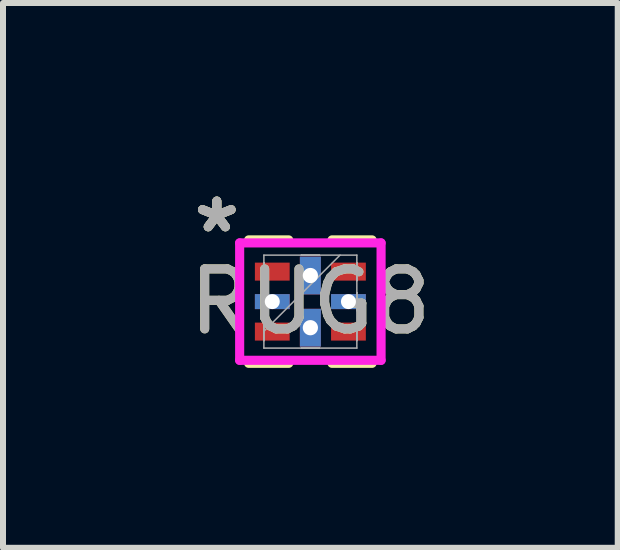
<source format=kicad_pcb>
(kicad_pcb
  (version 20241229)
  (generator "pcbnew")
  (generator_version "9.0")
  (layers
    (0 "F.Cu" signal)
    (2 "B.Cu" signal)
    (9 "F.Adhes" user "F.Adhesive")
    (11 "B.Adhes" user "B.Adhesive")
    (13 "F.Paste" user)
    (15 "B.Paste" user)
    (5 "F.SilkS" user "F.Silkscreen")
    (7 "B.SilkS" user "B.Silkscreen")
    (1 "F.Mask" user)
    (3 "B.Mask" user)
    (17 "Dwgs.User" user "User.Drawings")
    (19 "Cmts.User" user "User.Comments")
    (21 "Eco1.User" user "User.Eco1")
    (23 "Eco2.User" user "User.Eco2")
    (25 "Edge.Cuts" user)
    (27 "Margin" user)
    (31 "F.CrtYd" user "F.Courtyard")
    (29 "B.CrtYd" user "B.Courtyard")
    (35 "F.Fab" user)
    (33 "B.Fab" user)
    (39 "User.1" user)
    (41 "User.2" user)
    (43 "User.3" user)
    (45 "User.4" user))
  (footprint "RUG8"
    (layer "F.Cu")
    (at 2.125 1.979)
    (property "Reference" "RUG8" (at 0 0 0) (unlocked yes) (layer "F.SilkS") (effects (font (size 1 1) (thickness 0.15))))
    (fp_poly (pts (xy -0.975 -0.7) (xy -0.975 -0.3) (xy -0.295 -0.3) (xy -0.295 -0.7)) (stroke (width 0) (type solid)) (fill yes) (layer "F.Mask"))
    (fp_poly (pts (xy -0.975 -0.2) (xy -0.975 0.2) (xy -0.295 0.2) (xy -0.295 -0.2)) (stroke (width 0) (type solid)) (fill yes) (layer "F.Mask"))
    (fp_poly (pts (xy -0.975 0.3) (xy -0.975 0.7) (xy -0.295 0.7) (xy -0.295 0.3)) (stroke (width 0) (type solid)) (fill yes) (layer "F.Mask"))
    (fp_poly (pts (xy -0.2 -0.775) (xy -0.2 -0.095) (xy 0.2 -0.095) (xy 0.2 -0.775)) (stroke (width 0) (type solid)) (fill yes) (layer "F.Mask"))
    (fp_poly (pts (xy -0.2 0.095) (xy -0.2 0.775) (xy 0.2 0.775) (xy 0.2 0.095)) (stroke (width 0) (type solid)) (fill yes) (layer "F.Mask"))
    (fp_poly (pts (xy 0.295 -0.7) (xy 0.295 -0.3) (xy 0.975 -0.3) (xy 0.975 -0.7)) (stroke (width 0) (type solid)) (fill yes) (layer "F.Mask"))
    (fp_poly (pts (xy 0.295 -0.2) (xy 0.295 0.2) (xy 0.975 0.2) (xy 0.975 -0.2)) (stroke (width 0) (type solid)) (fill yes) (layer "F.Mask"))
    (fp_poly (pts (xy 0.295 0.3) (xy 0.295 0.7) (xy 0.975 0.7) (xy 0.975 0.3)) (stroke (width 0) (type solid)) (fill yes) (layer "F.Mask"))
    (fp_line (start -1.029 1.029) (end -0.361 1.029) (stroke (width 0.152) (type solid)) (layer "F.SilkS"))
    (fp_line (start -0.361 -1.029) (end -1.029 -1.029) (stroke (width 0.152) (type solid)) (layer "F.SilkS"))
    (fp_line (start 0.361 1.029) (end 1.029 1.029) (stroke (width 0.152) (type solid)) (layer "F.SilkS"))
    (fp_line (start 1.029 -1.029) (end 0.361 -1.029) (stroke (width 0.152) (type solid)) (layer "F.SilkS"))
    (fp_poly (pts (xy -0.9 -0.625) (xy -0.9 -0.375) (xy -0.37 -0.375) (xy -0.37 -0.625)) (stroke (width 0) (type solid)) (fill yes) (layer "F.Paste"))
    (fp_poly (pts (xy -0.9 -0.125) (xy -0.9 0.125) (xy -0.37 0.125) (xy -0.37 -0.125)) (stroke (width 0) (type solid)) (fill yes) (layer "F.Paste"))
    (fp_poly (pts (xy -0.9 0.375) (xy -0.9 0.625) (xy -0.37 0.625) (xy -0.37 0.375)) (stroke (width 0) (type solid)) (fill yes) (layer "F.Paste"))
    (fp_poly (pts (xy -0.125 -0.7) (xy -0.125 -0.17) (xy 0.125 -0.17) (xy 0.125 -0.7)) (stroke (width 0) (type solid)) (fill yes) (layer "F.Paste"))
    (fp_poly (pts (xy -0.125 0.17) (xy -0.125 0.7) (xy 0.125 0.7) (xy 0.125 0.17)) (stroke (width 0) (type solid)) (fill yes) (layer "F.Paste"))
    (fp_poly (pts (xy 0.37 -0.625) (xy 0.37 -0.375) (xy 0.9 -0.375) (xy 0.9 -0.625)) (stroke (width 0) (type solid)) (fill yes) (layer "F.Paste"))
    (fp_poly (pts (xy 0.37 -0.125) (xy 0.37 0.125) (xy 0.9 0.125) (xy 0.9 -0.125)) (stroke (width 0) (type solid)) (fill yes) (layer "F.Paste"))
    (fp_poly (pts (xy 0.37 0.375) (xy 0.37 0.625) (xy 0.9 0.625) (xy 0.9 0.375)) (stroke (width 0) (type solid)) (fill yes) (layer "F.Paste"))
    (fp_line (start -1.179 -0.979) (end 1.179 -0.979) (stroke (width 0.152) (type solid)) (layer "F.CrtYd"))
    (fp_line (start -1.179 0.979) (end -1.179 -0.979) (stroke (width 0.152) (type solid)) (layer "F.CrtYd"))
    (fp_line (start 1.179 -0.979) (end 1.179 0.979) (stroke (width 0.152) (type solid)) (layer "F.CrtYd"))
    (fp_line (start 1.179 0.979) (end -1.179 0.979) (stroke (width 0.152) (type solid)) (layer "F.CrtYd"))
    (fp_line (start -0.775 -0.775) (end -0.775 0.775) (stroke (width 0.025) (type solid)) (layer "F.Fab"))
    (fp_line (start -0.775 -0.65) (end -0.775 -0.65) (stroke (width 0.025) (type solid)) (layer "F.Fab"))
    (fp_line (start -0.775 -0.65) (end -0.775 -0.35) (stroke (width 0.025) (type solid)) (layer "F.Fab"))
    (fp_line (start -0.775 -0.35) (end -0.775 -0.65) (stroke (width 0.025) (type solid)) (layer "F.Fab"))
    (fp_line (start -0.775 -0.35) (end -0.775 -0.35) (stroke (width 0.025) (type solid)) (layer "F.Fab"))
    (fp_line (start -0.775 -0.15) (end -0.775 -0.15) (stroke (width 0.025) (type solid)) (layer "F.Fab"))
    (fp_line (start -0.775 -0.15) (end -0.775 0.15) (stroke (width 0.025) (type solid)) (layer "F.Fab"))
    (fp_line (start -0.775 0.15) (end -0.775 -0.15) (stroke (width 0.025) (type solid)) (layer "F.Fab"))
    (fp_line (start -0.775 0.15) (end -0.775 0.15) (stroke (width 0.025) (type solid)) (layer "F.Fab"))
    (fp_line (start -0.775 0.35) (end -0.775 0.35) (stroke (width 0.025) (type solid)) (layer "F.Fab"))
    (fp_line (start -0.775 0.35) (end -0.775 0.65) (stroke (width 0.025) (type solid)) (layer "F.Fab"))
    (fp_line (start -0.775 0.495) (end 0.495 -0.775) (stroke (width 0.025) (type solid)) (layer "F.Fab"))
    (fp_line (start -0.775 0.65) (end -0.775 0.35) (stroke (width 0.025) (type solid)) (layer "F.Fab"))
    (fp_line (start -0.775 0.65) (end -0.775 0.65) (stroke (width 0.025) (type solid)) (layer "F.Fab"))
    (fp_line (start -0.775 0.775) (end 0.775 0.775) (stroke (width 0.025) (type solid)) (layer "F.Fab"))
    (fp_line (start -0.15 -0.775) (end -0.15 -0.775) (stroke (width 0.025) (type solid)) (layer "F.Fab"))
    (fp_line (start -0.15 -0.775) (end 0.15 -0.775) (stroke (width 0.025) (type solid)) (layer "F.Fab"))
    (fp_line (start -0.15 0.775) (end -0.15 0.775) (stroke (width 0.025) (type solid)) (layer "F.Fab"))
    (fp_line (start -0.15 0.775) (end 0.15 0.775) (stroke (width 0.025) (type solid)) (layer "F.Fab"))
    (fp_line (start 0.15 -0.775) (end -0.15 -0.775) (stroke (width 0.025) (type solid)) (layer "F.Fab"))
    (fp_line (start 0.15 -0.775) (end 0.15 -0.775) (stroke (width 0.025) (type solid)) (layer "F.Fab"))
    (fp_line (start 0.15 0.775) (end -0.15 0.775) (stroke (width 0.025) (type solid)) (layer "F.Fab"))
    (fp_line (start 0.15 0.775) (end 0.15 0.775) (stroke (width 0.025) (type solid)) (layer "F.Fab"))
    (fp_line (start 0.775 -0.775) (end -0.775 -0.775) (stroke (width 0.025) (type solid)) (layer "F.Fab"))
    (fp_line (start 0.775 -0.65) (end 0.775 -0.65) (stroke (width 0.025) (type solid)) (layer "F.Fab"))
    (fp_line (start 0.775 -0.65) (end 0.775 -0.35) (stroke (width 0.025) (type solid)) (layer "F.Fab"))
    (fp_line (start 0.775 -0.35) (end 0.775 -0.65) (stroke (width 0.025) (type solid)) (layer "F.Fab"))
    (fp_line (start 0.775 -0.35) (end 0.775 -0.35) (stroke (width 0.025) (type solid)) (layer "F.Fab"))
    (fp_line (start 0.775 -0.15) (end 0.775 -0.15) (stroke (width 0.025) (type solid)) (layer "F.Fab"))
    (fp_line (start 0.775 -0.15) (end 0.775 0.15) (stroke (width 0.025) (type solid)) (layer "F.Fab"))
    (fp_line (start 0.775 0.15) (end 0.775 -0.15) (stroke (width 0.025) (type solid)) (layer "F.Fab"))
    (fp_line (start 0.775 0.15) (end 0.775 0.15) (stroke (width 0.025) (type solid)) (layer "F.Fab"))
    (fp_line (start 0.775 0.35) (end 0.775 0.35) (stroke (width 0.025) (type solid)) (layer "F.Fab"))
    (fp_line (start 0.775 0.35) (end 0.775 0.65) (stroke (width 0.025) (type solid)) (layer "F.Fab"))
    (fp_line (start 0.775 0.65) (end 0.775 0.35) (stroke (width 0.025) (type solid)) (layer "F.Fab"))
    (fp_line (start 0.775 0.65) (end 0.775 0.65) (stroke (width 0.025) (type solid)) (layer "F.Fab"))
    (fp_line (start 0.775 0.775) (end 0.775 -0.775) (stroke (width 0.025) (type solid)) (layer "F.Fab"))
    (fp_text user "*" (at -1.56 -1.131 0) (layer "F.SilkS") (effects (font (size 1 1) (thickness 0.15))))
    (fp_text user "*" (at -1.56 -1.131 0) (unlocked yes) (layer "F.SilkS") (effects (font (size 1 1) (thickness 0.15))))
    (fp_text user "${REFERENCE}" (at 0 0 0) (unlocked yes) (layer "F.Fab") (effects (font (size 1 1) (thickness 0.15))))
    (fp_text user "*" (at -1.56 -1.131 0) (unlocked yes) (layer "F.Fab") (effects (font (size 1 1) (thickness 0.15))))
    (fp_text user "*" (at -1.56 -1.131 0) (layer "F.Fab") (effects (font (size 1 1) (thickness 0.15))))
    (pad "" np_thru_hole rect (at -0.635 0 90) (size 0.25 0.58) (drill 0.254) (layers "*.Cu" "*.Mask"))
    (pad "" np_thru_hole rect (at 0.635 0 90) (size 0.25 0.58) (drill 0.254) (layers "*.Cu" "*.Mask"))
    (pad "1" smd rect (at -0.635 -0.5 90) (size 0.3 0.58) (layers "F.Cu" "F.Mask"))
    (pad "3" smd rect (at -0.635 0.5 90) (size 0.3 0.58) (layers "F.Cu" "F.Mask"))
    (pad "4" thru_hole rect (at 0 0.435) (size 0.35 0.63) (drill 0.254) (layers "*.Cu" "*.Mask"))
    (pad "5" smd rect (at 0.635 0.5 90) (size 0.3 0.58) (layers "F.Cu" "F.Mask"))
    (pad "7" smd rect (at 0.635 -0.5 90) (size 0.3 0.58) (layers "F.Cu" "F.Mask"))
    (pad "8" thru_hole rect (at 0 -0.435) (size 0.35 0.63) (drill 0.254) (layers "*.Cu" "*.Mask")))
  (gr_rect
    (start -3 -3)
    (end 7.25 6.084)
    (stroke (width 0.1) (type default))
    (fill no)
    (layer "Edge.Cuts")))
</source>
